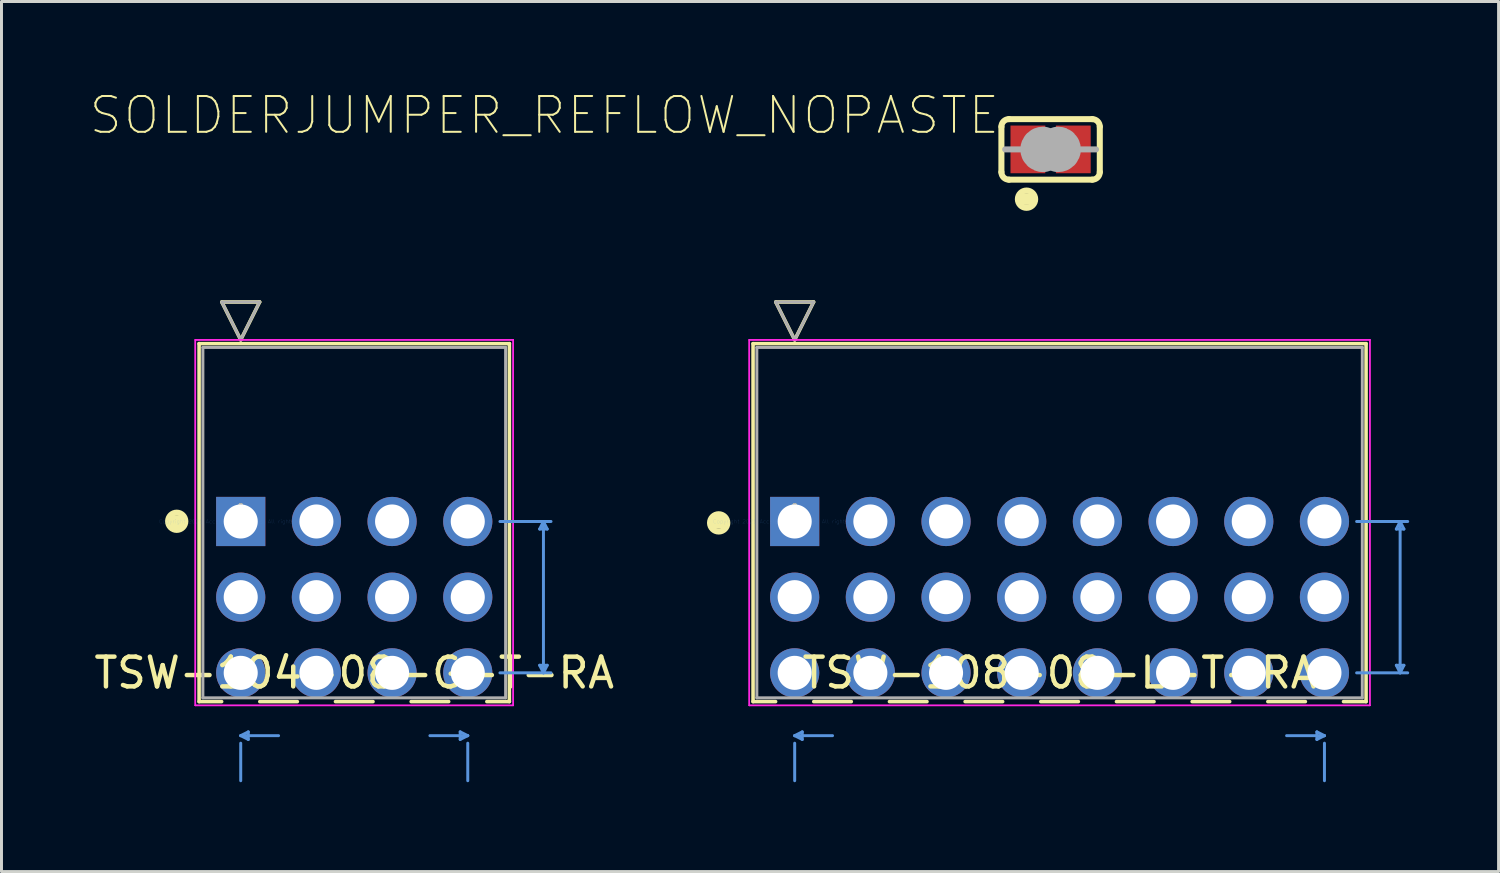
<source format=kicad_pcb>
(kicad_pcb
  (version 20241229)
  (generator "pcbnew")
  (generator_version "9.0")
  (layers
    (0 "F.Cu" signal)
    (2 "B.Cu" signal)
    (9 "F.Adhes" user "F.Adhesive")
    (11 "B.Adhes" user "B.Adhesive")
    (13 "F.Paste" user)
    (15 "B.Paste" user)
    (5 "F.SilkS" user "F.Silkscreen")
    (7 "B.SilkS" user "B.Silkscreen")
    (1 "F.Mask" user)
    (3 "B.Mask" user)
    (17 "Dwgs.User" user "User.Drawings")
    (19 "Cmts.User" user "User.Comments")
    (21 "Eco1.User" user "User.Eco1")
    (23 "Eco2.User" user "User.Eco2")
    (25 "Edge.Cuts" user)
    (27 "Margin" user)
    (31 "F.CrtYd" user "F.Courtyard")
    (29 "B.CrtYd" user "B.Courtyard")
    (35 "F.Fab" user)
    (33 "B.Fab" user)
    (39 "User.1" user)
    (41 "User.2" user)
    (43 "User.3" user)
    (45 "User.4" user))
  (footprint "TSW-104-08-G-T-RA"
    (layer "F.Cu")
    (at 5.029 14.452)
    (property "Reference" "TSW-104-08-G-T-RA" (at 3.81 5.08 0) (layer "F.SilkS") (effects (font (size 1 1) (thickness 0.15))))
    (attr through_hole)
    (fp_line (start -1.397 -5.969) (end -1.397 6.045) (stroke (width 0.12) (type solid)) (layer "F.SilkS"))
    (fp_line (start -1.397 6.045) (end -0.64 6.045) (stroke (width 0.12) (type solid)) (layer "F.SilkS"))
    (fp_line (start -0.635 -7.366) (end 0.635 -7.366) (stroke (width 0.12) (type solid)) (layer "F.SilkS"))
    (fp_line (start 0 -6.096) (end -0.635 -7.366) (stroke (width 0.12) (type solid)) (layer "F.SilkS"))
    (fp_line (start 0.635 -7.366) (end 0 -6.096) (stroke (width 0.12) (type solid)) (layer "F.SilkS"))
    (fp_line (start 0.64 6.045) (end 1.9 6.045) (stroke (width 0.12) (type solid)) (layer "F.SilkS"))
    (fp_line (start 3.18 6.045) (end 4.44 6.045) (stroke (width 0.12) (type solid)) (layer "F.SilkS"))
    (fp_line (start 5.72 6.045) (end 6.98 6.045) (stroke (width 0.12) (type solid)) (layer "F.SilkS"))
    (fp_line (start 8.26 6.045) (end 9.017 6.045) (stroke (width 0.12) (type solid)) (layer "F.SilkS"))
    (fp_line (start 9.017 -5.969) (end -1.397 -5.969) (stroke (width 0.12) (type solid)) (layer "F.SilkS"))
    (fp_line (start 9.017 6.045) (end 9.017 -5.969) (stroke (width 0.12) (type solid)) (layer "F.SilkS"))
    (fp_circle (center -2.148 -0.007) (end -1.857 -0.007) (stroke (width 0.2) (type solid)) (fill no) (layer "F.SilkS"))
    (fp_poly (pts (xy -2.41 -0.207) (xy -1.898 -0.207) (xy -1.898 0.185) (xy -2.41 0.185)) (stroke (width 0.01) (type solid)) (fill yes) (layer "F.SilkS"))
    (fp_line (start 0 7.188) (end 0.254 7.315) (stroke (width 0.1) (type solid)) (layer "Cmts.User"))
    (fp_line (start 0 7.188) (end 1.27 7.188) (stroke (width 0.1) (type solid)) (layer "Cmts.User"))
    (fp_line (start 0 8.7) (end 0 7.442) (stroke (width 0.1) (type solid)) (layer "Cmts.User"))
    (fp_line (start 0.254 7.061) (end 0 7.188) (stroke (width 0.1) (type solid)) (layer "Cmts.User"))
    (fp_line (start 0.254 7.315) (end 0.254 7.061) (stroke (width 0.1) (type solid)) (layer "Cmts.User"))
    (fp_line (start 7.366 7.061) (end 7.62 7.188) (stroke (width 0.1) (type solid)) (layer "Cmts.User"))
    (fp_line (start 7.366 7.315) (end 7.366 7.061) (stroke (width 0.1) (type solid)) (layer "Cmts.User"))
    (fp_line (start 7.62 7.188) (end 6.35 7.188) (stroke (width 0.1) (type solid)) (layer "Cmts.User"))
    (fp_line (start 7.62 7.188) (end 7.366 7.315) (stroke (width 0.1) (type solid)) (layer "Cmts.User"))
    (fp_line (start 7.62 8.7) (end 7.62 7.442) (stroke (width 0.1) (type solid)) (layer "Cmts.User"))
    (fp_line (start 8.7 0) (end 10.414 0) (stroke (width 0.1) (type solid)) (layer "Cmts.User"))
    (fp_line (start 8.7 5.08) (end 10.414 5.08) (stroke (width 0.1) (type solid)) (layer "Cmts.User"))
    (fp_line (start 10.033 0.254) (end 10.287 0.254) (stroke (width 0.1) (type solid)) (layer "Cmts.User"))
    (fp_line (start 10.033 4.826) (end 10.287 4.826) (stroke (width 0.1) (type solid)) (layer "Cmts.User"))
    (fp_line (start 10.16 0) (end 10.033 0.254) (stroke (width 0.1) (type solid)) (layer "Cmts.User"))
    (fp_line (start 10.16 0) (end 10.16 5.08) (stroke (width 0.1) (type solid)) (layer "Cmts.User"))
    (fp_line (start 10.16 5.08) (end 10.033 4.826) (stroke (width 0.1) (type solid)) (layer "Cmts.User"))
    (fp_line (start 10.287 0.254) (end 10.16 0) (stroke (width 0.1) (type solid)) (layer "Cmts.User"))
    (fp_line (start 10.287 4.826) (end 10.16 5.08) (stroke (width 0.1) (type solid)) (layer "Cmts.User"))
    (fp_line (start -1.524 -6.096) (end -1.524 6.172) (stroke (width 0.05) (type solid)) (layer "F.CrtYd"))
    (fp_line (start -1.524 -6.096) (end -1.524 6.172) (stroke (width 0.05) (type solid)) (layer "F.CrtYd"))
    (fp_line (start -1.524 6.172) (end 9.144 6.172) (stroke (width 0.05) (type solid)) (layer "F.CrtYd"))
    (fp_line (start -1.524 6.172) (end 9.144 6.172) (stroke (width 0.05) (type solid)) (layer "F.CrtYd"))
    (fp_line (start 9.144 -6.096) (end -1.524 -6.096) (stroke (width 0.05) (type solid)) (layer "F.CrtYd"))
    (fp_line (start 9.144 -6.096) (end -1.524 -6.096) (stroke (width 0.05) (type solid)) (layer "F.CrtYd"))
    (fp_line (start 9.144 6.172) (end 9.144 -6.096) (stroke (width 0.05) (type solid)) (layer "F.CrtYd"))
    (fp_line (start 9.144 6.172) (end 9.144 -6.096) (stroke (width 0.05) (type solid)) (layer "F.CrtYd"))
    (fp_line (start -1.27 -5.842) (end -1.27 5.918) (stroke (width 0.1) (type solid)) (layer "F.Fab"))
    (fp_line (start -1.27 5.918) (end 8.89 5.918) (stroke (width 0.1) (type solid)) (layer "F.Fab"))
    (fp_line (start -0.635 -7.366) (end 0.635 -7.366) (stroke (width 0.1) (type solid)) (layer "F.Fab"))
    (fp_line (start 0 -6.096) (end -0.635 -7.366) (stroke (width 0.1) (type solid)) (layer "F.Fab"))
    (fp_line (start 0.635 -7.366) (end 0 -6.096) (stroke (width 0.1) (type solid)) (layer "F.Fab"))
    (fp_line (start 8.89 -5.842) (end -1.27 -5.842) (stroke (width 0.1) (type solid)) (layer "F.Fab"))
    (fp_line (start 8.89 5.918) (end 8.89 -5.842) (stroke (width 0.1) (type solid)) (layer "F.Fab"))
    (fp_text user "*" (at 0 0 0) (layer "F.SilkS") (effects (font (size 1 1) (thickness 0.15))))
    (fp_text user "Copyright 2021 Accelerated Designs. All rights reserved." (at 0 0 0) (layer "Cmts.User") (effects (font (size 0.127 0.127) (thickness 0.002))))
    (fp_text user "*" (at 0 0 0) (layer "F.Fab") (effects (font (size 1 1) (thickness 0.15))))
    (pad "1" thru_hole rect (at 0 0) (size 1.651 1.651) (drill 1.143) (layers "*.Cu" "*.Mask"))
    (pad "2" thru_hole circle (at 0 2.54) (size 1.651 1.651) (drill 1.143) (layers "*.Cu" "*.Mask"))
    (pad "3" thru_hole circle (at 0 5.08) (size 1.651 1.651) (drill 1.143) (layers "*.Cu" "*.Mask"))
    (pad "4" thru_hole circle (at 2.54 0) (size 1.651 1.651) (drill 1.143) (layers "*.Cu" "*.Mask"))
    (pad "5" thru_hole circle (at 2.54 2.54) (size 1.651 1.651) (drill 1.143) (layers "*.Cu" "*.Mask"))
    (pad "6" thru_hole circle (at 2.54 5.08) (size 1.651 1.651) (drill 1.143) (layers "*.Cu" "*.Mask"))
    (pad "7" thru_hole circle (at 5.08 0) (size 1.651 1.651) (drill 1.143) (layers "*.Cu" "*.Mask"))
    (pad "8" thru_hole circle (at 5.08 2.54) (size 1.651 1.651) (drill 1.143) (layers "*.Cu" "*.Mask"))
    (pad "9" thru_hole circle (at 5.08 5.08) (size 1.651 1.651) (drill 1.143) (layers "*.Cu" "*.Mask"))
    (pad "10" thru_hole circle (at 7.62 0) (size 1.651 1.651) (drill 1.143) (layers "*.Cu" "*.Mask"))
    (pad "11" thru_hole circle (at 7.62 2.54) (size 1.651 1.651) (drill 1.143) (layers "*.Cu" "*.Mask"))
    (pad "12" thru_hole circle (at 7.62 5.08) (size 1.651 1.651) (drill 1.143) (layers "*.Cu" "*.Mask")))
  (footprint "SOLDERJUMPER_REFLOW_NOPASTE"
    (layer "F.Cu")
    (at 32.21 1.964)
    (property "Reference" "SOLDERJUMPER_REFLOW_NOPASTE" (at -1.651 -1.143 180) (layer "F.SilkS") (effects (font (size 1.203 1.203) (thickness 0.067)) (justify right)))
    (fp_poly (pts (xy -0.076 0.914) (xy 0.076 0.914) (xy 0.076 -0.914) (xy -0.076 -0.914)) (stroke (width 0) (type solid)) (fill yes) (layer "F.Mask"))
    (fp_line (start -1.651 0.762) (end -1.651 -0.762) (stroke (width 0.203) (type solid)) (layer "F.SilkS"))
    (fp_line (start -1.397 -1.016) (end 1.397 -1.016) (stroke (width 0.203) (type solid)) (layer "F.SilkS"))
    (fp_line (start 1.397 1.016) (end -1.397 1.016) (stroke (width 0.203) (type solid)) (layer "F.SilkS"))
    (fp_line (start 1.651 0.762) (end 1.651 -0.762) (stroke (width 0.203) (type solid)) (layer "F.SilkS"))
    (fp_arc (start -1.651 -0.762) (mid -1.576605 -0.941605) (end -1.397 -1.016) (stroke (width 0.2032) (type solid)) (layer "F.SilkS"))
    (fp_arc (start -1.397 1.016) (mid -1.576605 0.941605) (end -1.651 0.762) (stroke (width 0.2032) (type solid)) (layer "F.SilkS"))
    (fp_arc (start 1.397 -1.016) (mid 1.576605 -0.941605) (end 1.651 -0.762) (stroke (width 0.2032) (type solid)) (layer "F.SilkS"))
    (fp_arc (start 1.651 0.762) (mid 1.576605 0.941605) (end 1.397 1.016) (stroke (width 0.2032) (type solid)) (layer "F.SilkS"))
    (fp_circle (center -0.808 1.671) (end -0.516 1.671) (stroke (width 0.2) (type solid)) (fill no) (layer "F.SilkS"))
    (fp_poly (pts (xy -1.069 1.471) (xy -0.558 1.471) (xy -0.558 1.863) (xy -1.069 1.863)) (stroke (width 0.01) (type solid)) (fill yes) (layer "F.SilkS"))
    (fp_line (start -1.016 0) (end -1.524 0) (stroke (width 0.203) (type solid)) (layer "F.Fab"))
    (fp_line (start 1.016 0) (end 1.524 0) (stroke (width 0.203) (type solid)) (layer "F.Fab"))
    (fp_arc (start -0.254 0.127) (mid -0.381 0) (end -0.254 -0.127) (stroke (width 1.27) (type solid)) (layer "F.Fab"))
    (fp_arc (start 0.254 -0.127) (mid 0.381 0) (end 0.254 0.127) (stroke (width 1.27) (type solid)) (layer "F.Fab"))
    (pad "1" smd rect (at -0.762 0) (size 1.168 1.6) (layers "F.Cu" "F.Mask"))
    (pad "2" smd rect (at 0.762 0) (size 1.168 1.6) (layers "F.Cu" "F.Mask")))
  (footprint "TSW-108-08-L-T-RA"
    (layer "F.Cu")
    (at 23.621 14.452)
    (property "Reference" "TSW-108-08-L-T-RA" (at 8.89 5.08 0) (layer "F.SilkS") (effects (font (size 1 1) (thickness 0.15))))
    (attr through_hole)
    (fp_line (start -1.397 -5.969) (end -1.397 6.045) (stroke (width 0.12) (type solid)) (layer "F.SilkS"))
    (fp_line (start -1.397 6.045) (end -0.64 6.045) (stroke (width 0.12) (type solid)) (layer "F.SilkS"))
    (fp_line (start -0.635 -7.366) (end 0.635 -7.366) (stroke (width 0.12) (type solid)) (layer "F.SilkS"))
    (fp_line (start 0 -6.096) (end -0.635 -7.366) (stroke (width 0.12) (type solid)) (layer "F.SilkS"))
    (fp_line (start 0.635 -7.366) (end 0 -6.096) (stroke (width 0.12) (type solid)) (layer "F.SilkS"))
    (fp_line (start 0.64 6.045) (end 1.9 6.045) (stroke (width 0.12) (type solid)) (layer "F.SilkS"))
    (fp_line (start 3.18 6.045) (end 4.44 6.045) (stroke (width 0.12) (type solid)) (layer "F.SilkS"))
    (fp_line (start 5.72 6.045) (end 6.98 6.045) (stroke (width 0.12) (type solid)) (layer "F.SilkS"))
    (fp_line (start 8.26 6.045) (end 9.52 6.045) (stroke (width 0.12) (type solid)) (layer "F.SilkS"))
    (fp_line (start 10.8 6.045) (end 12.06 6.045) (stroke (width 0.12) (type solid)) (layer "F.SilkS"))
    (fp_line (start 13.34 6.045) (end 14.6 6.045) (stroke (width 0.12) (type solid)) (layer "F.SilkS"))
    (fp_line (start 15.88 6.045) (end 17.14 6.045) (stroke (width 0.12) (type solid)) (layer "F.SilkS"))
    (fp_line (start 18.42 6.045) (end 19.177 6.045) (stroke (width 0.12) (type solid)) (layer "F.SilkS"))
    (fp_line (start 19.177 -5.969) (end -1.397 -5.969) (stroke (width 0.12) (type solid)) (layer "F.SilkS"))
    (fp_line (start 19.177 6.045) (end 19.177 -5.969) (stroke (width 0.12) (type solid)) (layer "F.SilkS"))
    (fp_circle (center -2.551 0.047) (end -2.259 0.047) (stroke (width 0.2) (type solid)) (fill no) (layer "F.SilkS"))
    (fp_poly (pts (xy -2.812 -0.153) (xy -2.301 -0.153) (xy -2.301 0.24) (xy -2.812 0.24)) (stroke (width 0.01) (type solid)) (fill yes) (layer "F.SilkS"))
    (fp_line (start 0 7.188) (end 0.254 7.315) (stroke (width 0.1) (type solid)) (layer "Cmts.User"))
    (fp_line (start 0 7.188) (end 1.27 7.188) (stroke (width 0.1) (type solid)) (layer "Cmts.User"))
    (fp_line (start 0 8.7) (end 0 7.442) (stroke (width 0.1) (type solid)) (layer "Cmts.User"))
    (fp_line (start 0.254 7.061) (end 0 7.188) (stroke (width 0.1) (type solid)) (layer "Cmts.User"))
    (fp_line (start 0.254 7.315) (end 0.254 7.061) (stroke (width 0.1) (type solid)) (layer "Cmts.User"))
    (fp_line (start 17.526 7.061) (end 17.78 7.188) (stroke (width 0.1) (type solid)) (layer "Cmts.User"))
    (fp_line (start 17.526 7.315) (end 17.526 7.061) (stroke (width 0.1) (type solid)) (layer "Cmts.User"))
    (fp_line (start 17.78 7.188) (end 16.51 7.188) (stroke (width 0.1) (type solid)) (layer "Cmts.User"))
    (fp_line (start 17.78 7.188) (end 17.526 7.315) (stroke (width 0.1) (type solid)) (layer "Cmts.User"))
    (fp_line (start 17.78 8.7) (end 17.78 7.442) (stroke (width 0.1) (type solid)) (layer "Cmts.User"))
    (fp_line (start 18.86 0) (end 20.574 0) (stroke (width 0.1) (type solid)) (layer "Cmts.User"))
    (fp_line (start 18.86 5.08) (end 20.574 5.08) (stroke (width 0.1) (type solid)) (layer "Cmts.User"))
    (fp_line (start 20.193 0.254) (end 20.447 0.254) (stroke (width 0.1) (type solid)) (layer "Cmts.User"))
    (fp_line (start 20.193 4.826) (end 20.447 4.826) (stroke (width 0.1) (type solid)) (layer "Cmts.User"))
    (fp_line (start 20.32 0) (end 20.193 0.254) (stroke (width 0.1) (type solid)) (layer "Cmts.User"))
    (fp_line (start 20.32 0) (end 20.32 5.08) (stroke (width 0.1) (type solid)) (layer "Cmts.User"))
    (fp_line (start 20.32 5.08) (end 20.193 4.826) (stroke (width 0.1) (type solid)) (layer "Cmts.User"))
    (fp_line (start 20.447 0.254) (end 20.32 0) (stroke (width 0.1) (type solid)) (layer "Cmts.User"))
    (fp_line (start 20.447 4.826) (end 20.32 5.08) (stroke (width 0.1) (type solid)) (layer "Cmts.User"))
    (fp_line (start -1.524 -6.096) (end -1.524 6.172) (stroke (width 0.05) (type solid)) (layer "F.CrtYd"))
    (fp_line (start -1.524 -6.096) (end -1.524 6.172) (stroke (width 0.05) (type solid)) (layer "F.CrtYd"))
    (fp_line (start -1.524 6.172) (end 19.304 6.172) (stroke (width 0.05) (type solid)) (layer "F.CrtYd"))
    (fp_line (start -1.524 6.172) (end 19.304 6.172) (stroke (width 0.05) (type solid)) (layer "F.CrtYd"))
    (fp_line (start 19.304 -6.096) (end -1.524 -6.096) (stroke (width 0.05) (type solid)) (layer "F.CrtYd"))
    (fp_line (start 19.304 -6.096) (end -1.524 -6.096) (stroke (width 0.05) (type solid)) (layer "F.CrtYd"))
    (fp_line (start 19.304 6.172) (end 19.304 -6.096) (stroke (width 0.05) (type solid)) (layer "F.CrtYd"))
    (fp_line (start 19.304 6.172) (end 19.304 -6.096) (stroke (width 0.05) (type solid)) (layer "F.CrtYd"))
    (fp_line (start -1.27 -5.842) (end -1.27 5.918) (stroke (width 0.1) (type solid)) (layer "F.Fab"))
    (fp_line (start -1.27 5.918) (end 19.05 5.918) (stroke (width 0.1) (type solid)) (layer "F.Fab"))
    (fp_line (start -0.635 -7.366) (end 0.635 -7.366) (stroke (width 0.1) (type solid)) (layer "F.Fab"))
    (fp_line (start 0 -6.096) (end -0.635 -7.366) (stroke (width 0.1) (type solid)) (layer "F.Fab"))
    (fp_line (start 0.635 -7.366) (end 0 -6.096) (stroke (width 0.1) (type solid)) (layer "F.Fab"))
    (fp_line (start 19.05 -5.842) (end -1.27 -5.842) (stroke (width 0.1) (type solid)) (layer "F.Fab"))
    (fp_line (start 19.05 5.918) (end 19.05 -5.842) (stroke (width 0.1) (type solid)) (layer "F.Fab"))
    (fp_text user "*" (at 0 0 0) (layer "F.SilkS") (effects (font (size 1 1) (thickness 0.15))))
    (fp_text user "Copyright 2021 Accelerated Designs. All rights reserved." (at 0 0 0) (layer "Cmts.User") (effects (font (size 0.127 0.127) (thickness 0.002))))
    (fp_text user "*" (at 0 0 0) (layer "F.Fab") (effects (font (size 1 1) (thickness 0.15))))
    (pad "1" thru_hole rect (at 0 0) (size 1.651 1.651) (drill 1.143) (layers "*.Cu" "*.Mask"))
    (pad "2" thru_hole circle (at 0 2.54) (size 1.651 1.651) (drill 1.143) (layers "*.Cu" "*.Mask"))
    (pad "3" thru_hole circle (at 0 5.08) (size 1.651 1.651) (drill 1.143) (layers "*.Cu" "*.Mask"))
    (pad "4" thru_hole circle (at 2.54 0) (size 1.651 1.651) (drill 1.143) (layers "*.Cu" "*.Mask"))
    (pad "5" thru_hole circle (at 2.54 2.54) (size 1.651 1.651) (drill 1.143) (layers "*.Cu" "*.Mask"))
    (pad "6" thru_hole circle (at 2.54 5.08) (size 1.651 1.651) (drill 1.143) (layers "*.Cu" "*.Mask"))
    (pad "7" thru_hole circle (at 5.08 0) (size 1.651 1.651) (drill 1.143) (layers "*.Cu" "*.Mask"))
    (pad "8" thru_hole circle (at 5.08 2.54) (size 1.651 1.651) (drill 1.143) (layers "*.Cu" "*.Mask"))
    (pad "9" thru_hole circle (at 5.08 5.08) (size 1.651 1.651) (drill 1.143) (layers "*.Cu" "*.Mask"))
    (pad "10" thru_hole circle (at 7.62 0) (size 1.651 1.651) (drill 1.143) (layers "*.Cu" "*.Mask"))
    (pad "11" thru_hole circle (at 7.62 2.54) (size 1.651 1.651) (drill 1.143) (layers "*.Cu" "*.Mask"))
    (pad "12" thru_hole circle (at 7.62 5.08) (size 1.651 1.651) (drill 1.143) (layers "*.Cu" "*.Mask"))
    (pad "13" thru_hole circle (at 10.16 0) (size 1.651 1.651) (drill 1.143) (layers "*.Cu" "*.Mask"))
    (pad "14" thru_hole circle (at 10.16 2.54) (size 1.651 1.651) (drill 1.143) (layers "*.Cu" "*.Mask"))
    (pad "15" thru_hole circle (at 10.16 5.08) (size 1.651 1.651) (drill 1.143) (layers "*.Cu" "*.Mask"))
    (pad "16" thru_hole circle (at 12.7 0) (size 1.651 1.651) (drill 1.143) (layers "*.Cu" "*.Mask"))
    (pad "17" thru_hole circle (at 12.7 2.54) (size 1.651 1.651) (drill 1.143) (layers "*.Cu" "*.Mask"))
    (pad "18" thru_hole circle (at 12.7 5.08) (size 1.651 1.651) (drill 1.143) (layers "*.Cu" "*.Mask"))
    (pad "19" thru_hole circle (at 15.24 0) (size 1.651 1.651) (drill 1.143) (layers "*.Cu" "*.Mask"))
    (pad "20" thru_hole circle (at 15.24 2.54) (size 1.651 1.651) (drill 1.143) (layers "*.Cu" "*.Mask"))
    (pad "21" thru_hole circle (at 15.24 5.08) (size 1.651 1.651) (drill 1.143) (layers "*.Cu" "*.Mask"))
    (pad "22" thru_hole circle (at 17.78 0) (size 1.651 1.651) (drill 1.143) (layers "*.Cu" "*.Mask"))
    (pad "23" thru_hole circle (at 17.78 2.54) (size 1.651 1.651) (drill 1.143) (layers "*.Cu" "*.Mask"))
    (pad "24" thru_hole circle (at 17.78 5.08) (size 1.651 1.651) (drill 1.143) (layers "*.Cu" "*.Mask")))
  (gr_rect
    (start -3 -3)
    (end 47.245 26.202)
    (stroke (width 0.1) (type default))
    (fill no)
    (layer "Edge.Cuts")))
</source>
